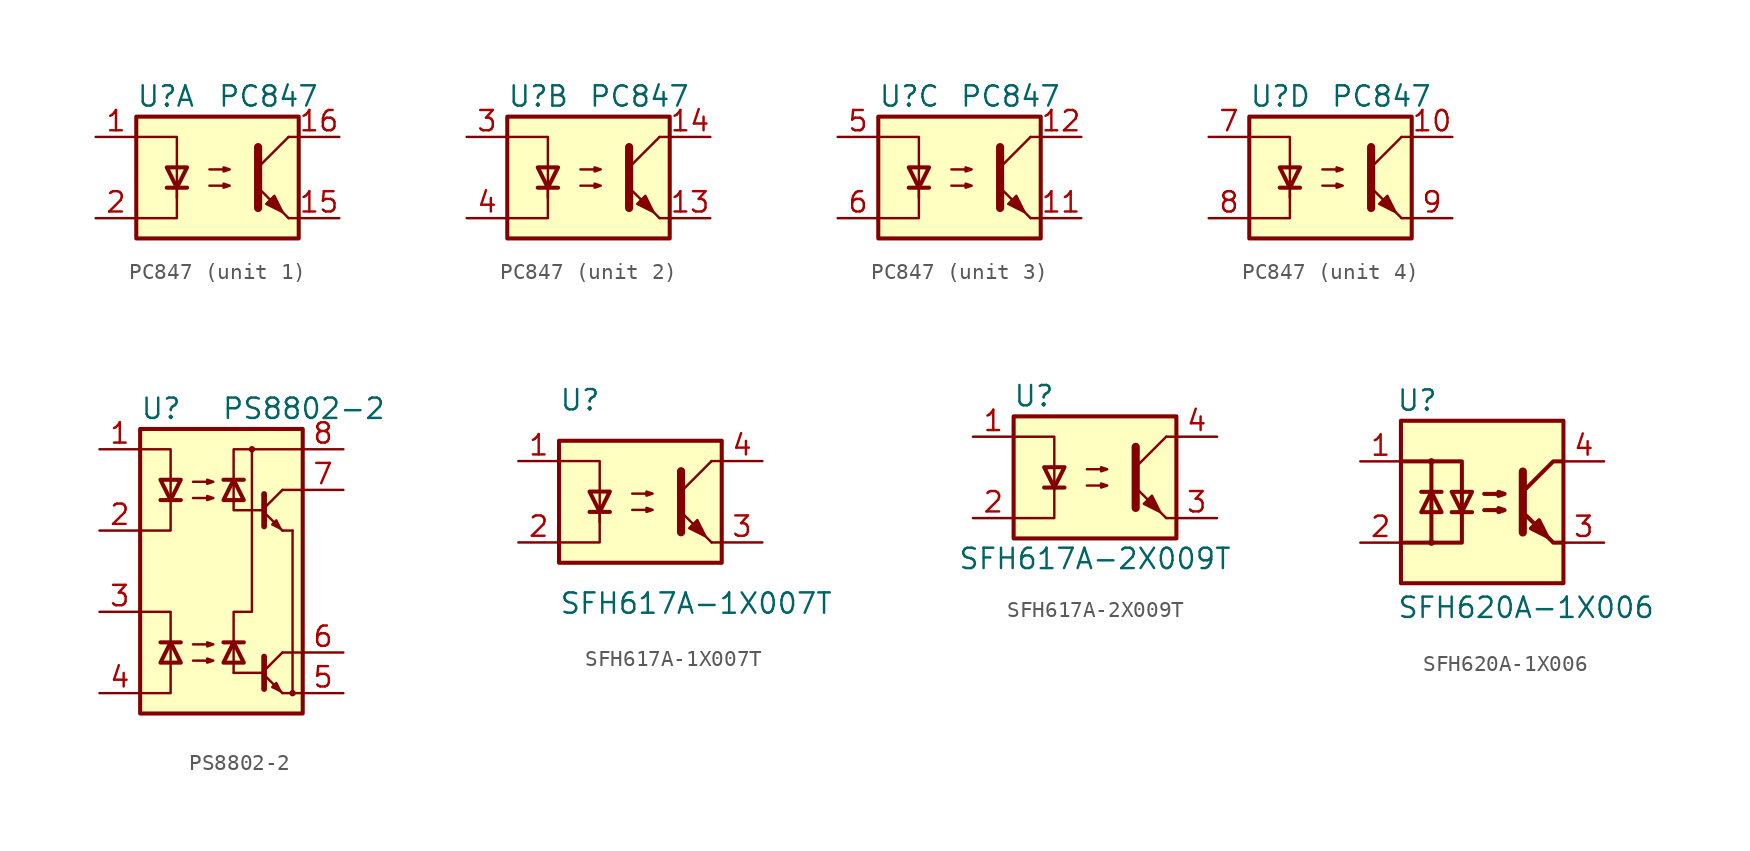
<source format=kicad_sym>
(kicad_symbol_lib
  (version 20201005)
  (generator kicad_symbol_editor)
  (symbol "PC847"
    (pin_names
      (offset 1.016))
    (property "Reference" "U"
      (at -5.08 5.08 0)
      (effects (font (size 1.27 1.27)) (justify left)))
    (property "Value" "PC847"
      (at 0 5.08 0)
      (effects (font (size 1.27 1.27)) (justify left)))
    (symbol "PC847_0_1"
      (rectangle (start -5.08 3.81) (end 5.08 -3.81) (stroke (width 0.254)) (fill (type background)))
      (polyline (pts (xy -3.175 -0.635) (xy -1.905 -0.635)) (stroke (width 0.254)) (fill (type none)))
      (polyline (pts (xy 2.54 0.635) (xy 4.445 2.54)) (stroke (width 0)) (fill (type none)))
      (polyline (pts (xy 4.445 -2.54) (xy 2.54 -0.635)) (stroke (width 0)) (fill (type outline)))
      (polyline (pts (xy 4.445 -2.54) (xy 5.08 -2.54)) (stroke (width 0)) (fill (type none)))
      (polyline (pts (xy 4.445 2.54) (xy 5.08 2.54)) (stroke (width 0)) (fill (type none)))
      (polyline (pts (xy -2.54 -0.635) (xy -2.54 -2.54) (xy -5.08 -2.54)) (stroke (width 0)) (fill (type none)))
      (polyline (pts (xy 2.54 1.905) (xy 2.54 -1.905) (xy 2.54 -1.905)) (stroke (width 0.508)) (fill (type none)))
      (polyline (pts (xy -5.08 2.54) (xy -2.54 2.54) (xy -2.54 -1.27) (xy -2.54 0.635)) (stroke (width 0)) (fill (type none)))
      (polyline (pts (xy -2.54 -0.635) (xy -3.175 0.635) (xy -1.905 0.635) (xy -2.54 -0.635)) (stroke (width 0.254)) (fill (type none)))
      (polyline (pts (xy -0.508 -0.508) (xy 0.762 -0.508) (xy 0.381 -0.635) (xy 0.381 -0.381) (xy 0.762 -0.508)) (stroke (width 0)) (fill (type none)))
      (polyline (pts (xy -0.508 0.508) (xy 0.762 0.508) (xy 0.381 0.381) (xy 0.381 0.635) (xy 0.762 0.508)) (stroke (width 0)) (fill (type none)))
      (polyline (pts (xy 3.048 -1.651) (xy 3.556 -1.143) (xy 4.064 -2.159) (xy 3.048 -1.651) (xy 3.048 -1.651)) (stroke (width 0)) (fill (type outline))))
    (symbol "PC847_1_1"
      (pin passive line (at -7.62 2.54 0) (length 2.54) (name "~" (effects (font (size 1.27 1.27)))) (number "1" (effects (font (size 1.27 1.27)))))
      (pin passive line (at 7.62 -2.54 180) (length 2.54) (name "~" (effects (font (size 1.27 1.27)))) (number "15" (effects (font (size 1.27 1.27)))))
      (pin passive line (at 7.62 2.54 180) (length 2.54) (name "~" (effects (font (size 1.27 1.27)))) (number "16" (effects (font (size 1.27 1.27)))))
      (pin passive line (at -7.62 -2.54 0) (length 2.54) (name "~" (effects (font (size 1.27 1.27)))) (number "2" (effects (font (size 1.27 1.27))))))
    (symbol "PC847_2_1"
      (pin passive line (at 7.62 -2.54 180) (length 2.54) (name "~" (effects (font (size 1.27 1.27)))) (number "13" (effects (font (size 1.27 1.27)))))
      (pin passive line (at 7.62 2.54 180) (length 2.54) (name "~" (effects (font (size 1.27 1.27)))) (number "14" (effects (font (size 1.27 1.27)))))
      (pin passive line (at -7.62 2.54 0) (length 2.54) (name "~" (effects (font (size 1.27 1.27)))) (number "3" (effects (font (size 1.27 1.27)))))
      (pin passive line (at -7.62 -2.54 0) (length 2.54) (name "~" (effects (font (size 1.27 1.27)))) (number "4" (effects (font (size 1.27 1.27))))))
    (symbol "PC847_3_1"
      (pin passive line (at 7.62 -2.54 180) (length 2.54) (name "~" (effects (font (size 1.27 1.27)))) (number "11" (effects (font (size 1.27 1.27)))))
      (pin passive line (at 7.62 2.54 180) (length 2.54) (name "~" (effects (font (size 1.27 1.27)))) (number "12" (effects (font (size 1.27 1.27)))))
      (pin passive line (at -7.62 2.54 0) (length 2.54) (name "~" (effects (font (size 1.27 1.27)))) (number "5" (effects (font (size 1.27 1.27)))))
      (pin passive line (at -7.62 -2.54 0) (length 2.54) (name "~" (effects (font (size 1.27 1.27)))) (number "6" (effects (font (size 1.27 1.27))))))
    (symbol "PC847_4_1"
      (pin passive line (at 7.62 2.54 180) (length 2.54) (name "~" (effects (font (size 1.27 1.27)))) (number "10" (effects (font (size 1.27 1.27)))))
      (pin passive line (at -7.62 2.54 0) (length 2.54) (name "~" (effects (font (size 1.27 1.27)))) (number "7" (effects (font (size 1.27 1.27)))))
      (pin passive line (at -7.62 -2.54 0) (length 2.54) (name "~" (effects (font (size 1.27 1.27)))) (number "8" (effects (font (size 1.27 1.27)))))
      (pin passive line (at 7.62 -2.54 180) (length 2.54) (name "~" (effects (font (size 1.27 1.27)))) (number "9" (effects (font (size 1.27 1.27)))))))
  (symbol "PS8802-2"
    (pin_names hide)
    (property "Reference" "U"
      (at -5.08 10.16 0)
      (effects (font (size 1.27 1.27)) (justify left)))
    (property "Value" "PS8802-2"
      (at 0 10.16 0)
      (effects (font (size 1.27 1.27)) (justify left)))
    (symbol "PS8802-2_0_1"
      (circle (center 1.905 7.62) (radius 0.127) (stroke (width 0)) (fill (type none)))
      (circle (center 4.445 -7.62) (radius 0.127) (stroke (width 0)) (fill (type none)))
      (rectangle (start -5.08 8.89) (end 5.08 -8.89) (stroke (width 0.254)) (fill (type background)))
      (polyline (pts (xy -3.81 -4.445) (xy -2.54 -4.445)) (stroke (width 0.254)) (fill (type none)))
      (polyline (pts (xy -3.81 4.445) (xy -2.54 4.445)) (stroke (width 0.254)) (fill (type none)))
      (polyline (pts (xy 0.762 -6.35) (xy 0.762 -5.715)) (stroke (width 0)) (fill (type none)))
      (polyline (pts (xy 1.397 -4.445) (xy 0.127 -4.445)) (stroke (width 0.254)) (fill (type none)))
      (polyline (pts (xy 1.397 5.715) (xy 0.127 5.715)) (stroke (width 0.254)) (fill (type none)))
      (polyline (pts (xy 2.667 -6.477) (xy 3.81 -7.62)) (stroke (width 0)) (fill (type none)))
      (polyline (pts (xy 2.667 -6.223) (xy 3.81 -5.08)) (stroke (width 0)) (fill (type none)))
      (polyline (pts (xy 2.667 3.683) (xy 3.81 2.54)) (stroke (width 0)) (fill (type none)))
      (polyline (pts (xy 2.667 3.937) (xy 3.81 5.08)) (stroke (width 0)) (fill (type none)))
      (polyline (pts (xy 3.81 -7.62) (xy 5.08 -7.62)) (stroke (width 0)) (fill (type none)))
      (polyline (pts (xy 3.81 -5.08) (xy 5.08 -5.08)) (stroke (width 0)) (fill (type none)))
      (polyline (pts (xy 3.81 2.54) (xy 4.445 2.54)) (stroke (width 0)) (fill (type none)))
      (polyline (pts (xy 3.81 5.08) (xy 5.08 5.08)) (stroke (width 0)) (fill (type none)))
      (polyline (pts (xy 4.445 2.54) (xy 4.445 -7.62)) (stroke (width 0)) (fill (type none)))
      (polyline (pts (xy 0.762 -6.35) (xy 1.905 -6.35) (xy 2.54 -6.35)) (stroke (width 0)) (fill (type none)))
      (polyline (pts (xy 0.762 4.445) (xy 0.762 7.62) (xy 5.08 7.62)) (stroke (width 0)) (fill (type none)))
      (polyline (pts (xy 2.667 -5.334) (xy 2.667 -7.366) (xy 2.667 -7.366)) (stroke (width 0.356)) (fill (type none)))
      (polyline (pts (xy 2.667 4.826) (xy 2.667 2.794) (xy 2.667 2.794)) (stroke (width 0.356)) (fill (type none)))
      (polyline (pts (xy -5.08 -2.54) (xy -3.175 -2.54) (xy -3.175 -7.62) (xy -5.08 -7.62)) (stroke (width 0)) (fill (type none)))
      (polyline (pts (xy -5.08 2.54) (xy -3.175 2.54) (xy -3.175 7.62) (xy -5.08 7.62)) (stroke (width 0)) (fill (type none)))
      (polyline (pts (xy -3.175 -4.445) (xy -3.81 -5.715) (xy -2.54 -5.715) (xy -3.175 -4.445)) (stroke (width 0.254)) (fill (type none)))
      (polyline (pts (xy -3.175 4.445) (xy -3.81 5.715) (xy -2.54 5.715) (xy -3.175 4.445)) (stroke (width 0.254)) (fill (type none)))
      (polyline (pts (xy 0.762 -5.715) (xy 0.762 -2.54) (xy 1.905 -2.54) (xy 1.905 7.62)) (stroke (width 0)) (fill (type none)))
      (polyline (pts (xy 0.762 -4.445) (xy 1.397 -5.715) (xy 0.127 -5.715) (xy 0.762 -4.445)) (stroke (width 0.254)) (fill (type none)))
      (polyline (pts (xy 0.762 4.445) (xy 0.762 3.81) (xy 1.905 3.81) (xy 2.54 3.81)) (stroke (width 0)) (fill (type none)))
      (polyline (pts (xy 0.762 5.715) (xy 1.397 4.445) (xy 0.127 4.445) (xy 0.762 5.715)) (stroke (width 0.254)) (fill (type none)))
      (polyline (pts (xy 3.683 -7.493) (xy 3.429 -6.985) (xy 3.175 -7.239) (xy 3.683 -7.493)) (stroke (width 0)) (fill (type none)))
      (polyline (pts (xy 3.683 2.667) (xy 3.429 3.175) (xy 3.175 2.921) (xy 3.683 2.667)) (stroke (width 0)) (fill (type none)))
      (polyline (pts (xy -1.778 -5.588) (xy -0.508 -5.588) (xy -0.889 -5.715) (xy -0.889 -5.461) (xy -0.508 -5.588)) (stroke (width 0)) (fill (type none)))
      (polyline (pts (xy -1.778 -4.572) (xy -0.508 -4.572) (xy -0.889 -4.699) (xy -0.889 -4.445) (xy -0.508 -4.572)) (stroke (width 0)) (fill (type none)))
      (polyline (pts (xy -1.778 4.572) (xy -0.508 4.572) (xy -0.889 4.445) (xy -0.889 4.699) (xy -0.508 4.572)) (stroke (width 0)) (fill (type none)))
      (polyline (pts (xy -1.778 5.588) (xy -0.508 5.588) (xy -0.889 5.461) (xy -0.889 5.715) (xy -0.508 5.588)) (stroke (width 0)) (fill (type none))))
    (symbol "PS8802-2_1_1"
      (pin passive line (at -7.62 7.62 0) (length 2.54) (name "A1" (effects (font (size 1.27 1.27)))) (number "1" (effects (font (size 1.27 1.27)))))
      (pin passive line (at -7.62 2.54 0) (length 2.54) (name "C1" (effects (font (size 1.27 1.27)))) (number "2" (effects (font (size 1.27 1.27)))))
      (pin passive line (at -7.62 -2.54 0) (length 2.54) (name "C2" (effects (font (size 1.27 1.27)))) (number "3" (effects (font (size 1.27 1.27)))))
      (pin passive line (at -7.62 -7.62 0) (length 2.54) (name "A2" (effects (font (size 1.27 1.27)))) (number "4" (effects (font (size 1.27 1.27)))))
      (pin passive line (at 7.62 -7.62 180) (length 2.54) (name "GND" (effects (font (size 1.27 1.27)))) (number "5" (effects (font (size 1.27 1.27)))))
      (pin passive line (at 7.62 -5.08 180) (length 2.54) (name "VO2" (effects (font (size 1.27 1.27)))) (number "6" (effects (font (size 1.27 1.27)))))
      (pin passive line (at 7.62 5.08 180) (length 2.54) (name "VO1" (effects (font (size 1.27 1.27)))) (number "7" (effects (font (size 1.27 1.27)))))
      (pin passive line (at 7.62 7.62 180) (length 2.54) (name "VCC" (effects (font (size 1.27 1.27)))) (number "8" (effects (font (size 1.27 1.27)))))))
  (symbol "SFH617A-1X007T"
    (pin_names
      (offset 1.016))
    (property "Reference" "U"
      (at -5.08 6.35 0)
      (effects (font (size 1.27 1.27)) (justify left)))
    (property "Value" "SFH617A-1X007T"
      (at -5.08 -6.35 0)
      (effects (font (size 1.27 1.27)) (justify left)))
    (symbol "SFH617A-1X007T_0_1"
      (rectangle (start -5.08 3.81) (end 5.08 -3.81) (stroke (width 0.254)) (fill (type background)))
      (polyline (pts (xy -3.175 -0.635) (xy -1.905 -0.635)) (stroke (width 0.254)) (fill (type none)))
      (polyline (pts (xy 2.54 0.635) (xy 4.445 2.54)) (stroke (width 0)) (fill (type none)))
      (polyline (pts (xy 4.445 -2.54) (xy 2.54 -0.635)) (stroke (width 0)) (fill (type outline)))
      (polyline (pts (xy 4.445 -2.54) (xy 5.08 -2.54)) (stroke (width 0)) (fill (type none)))
      (polyline (pts (xy 4.445 2.54) (xy 5.08 2.54)) (stroke (width 0)) (fill (type none)))
      (polyline (pts (xy -2.54 -0.635) (xy -2.54 -2.54) (xy -5.08 -2.54)) (stroke (width 0)) (fill (type none)))
      (polyline (pts (xy 2.54 1.905) (xy 2.54 -1.905) (xy 2.54 -1.905)) (stroke (width 0.508)) (fill (type none)))
      (polyline (pts (xy -5.08 2.54) (xy -2.54 2.54) (xy -2.54 -1.27) (xy -2.54 0.635)) (stroke (width 0)) (fill (type none)))
      (polyline (pts (xy -2.54 -0.635) (xy -3.175 0.635) (xy -1.905 0.635) (xy -2.54 -0.635)) (stroke (width 0.254)) (fill (type none)))
      (polyline (pts (xy -0.508 -0.508) (xy 0.762 -0.508) (xy 0.381 -0.635) (xy 0.381 -0.381) (xy 0.762 -0.508)) (stroke (width 0)) (fill (type none)))
      (polyline (pts (xy -0.508 0.508) (xy 0.762 0.508) (xy 0.381 0.381) (xy 0.381 0.635) (xy 0.762 0.508)) (stroke (width 0)) (fill (type none)))
      (polyline (pts (xy 3.048 -1.651) (xy 3.556 -1.143) (xy 4.064 -2.159) (xy 3.048 -1.651) (xy 3.048 -1.651)) (stroke (width 0)) (fill (type outline))))
    (symbol "SFH617A-1X007T_1_1"
      (pin passive line (at -7.62 2.54 0) (length 2.54) (name "~" (effects (font (size 1.27 1.27)))) (number "1" (effects (font (size 1.27 1.27)))))
      (pin passive line (at -7.62 -2.54 0) (length 2.54) (name "~" (effects (font (size 1.27 1.27)))) (number "2" (effects (font (size 1.27 1.27)))))
      (pin passive line (at 7.62 -2.54 180) (length 2.54) (name "~" (effects (font (size 1.27 1.27)))) (number "3" (effects (font (size 1.27 1.27)))))
      (pin passive line (at 7.62 2.54 180) (length 2.54) (name "~" (effects (font (size 1.27 1.27)))) (number "4" (effects (font (size 1.27 1.27)))))))
  (symbol "SFH617A-2X009T"
    (property "Reference" "U"
      (at -3.81 5.08 0)
      (effects (font (size 1.27 1.27))))
    (property "Value" "SFH617A-2X009T"
      (at 0 -5.08 0)
      (effects (font (size 1.27 1.27))))
    (symbol "SFH617A-2X009T_1_1"
      (rectangle (start -5.08 3.81) (end 5.08 -3.81) (stroke (width 0.254)) (fill (type background)))
      (polyline (pts (xy -3.175 -0.635) (xy -1.905 -0.635)) (stroke (width 0.254)) (fill (type none)))
      (polyline (pts (xy 2.54 0.635) (xy 4.445 2.54)) (stroke (width 0)) (fill (type none)))
      (polyline (pts (xy 4.445 -2.54) (xy 2.54 -0.635)) (stroke (width 0)) (fill (type outline)))
      (polyline (pts (xy 4.445 -2.54) (xy 5.08 -2.54)) (stroke (width 0)) (fill (type none)))
      (polyline (pts (xy 4.445 2.54) (xy 5.08 2.54)) (stroke (width 0)) (fill (type none)))
      (polyline (pts (xy -5.08 2.54) (xy -2.54 2.54) (xy -2.54 -0.762)) (stroke (width 0)) (fill (type none)))
      (polyline (pts (xy -2.54 -0.635) (xy -2.54 -2.54) (xy -5.08 -2.54)) (stroke (width 0)) (fill (type none)))
      (polyline (pts (xy 2.54 1.905) (xy 2.54 -1.905) (xy 2.54 -1.905)) (stroke (width 0.508)) (fill (type none)))
      (polyline (pts (xy -2.54 -0.635) (xy -3.175 0.635) (xy -1.905 0.635) (xy -2.54 -0.635)) (stroke (width 0.254)) (fill (type none)))
      (polyline (pts (xy -0.508 -0.508) (xy 0.762 -0.508) (xy 0.381 -0.635) (xy 0.381 -0.381) (xy 0.762 -0.508)) (stroke (width 0)) (fill (type none)))
      (polyline (pts (xy -0.508 0.508) (xy 0.762 0.508) (xy 0.381 0.381) (xy 0.381 0.635) (xy 0.762 0.508)) (stroke (width 0)) (fill (type none)))
      (polyline (pts (xy 3.048 -1.651) (xy 3.556 -1.143) (xy 4.064 -2.159) (xy 3.048 -1.651) (xy 3.048 -1.651)) (stroke (width 0)) (fill (type outline)))
      (pin passive line (at -7.62 2.54 0) (length 2.54) (name "~" (effects (font (size 1.27 1.27)))) (number "1" (effects (font (size 1.27 1.27)))))
      (pin passive line (at -7.62 -2.54 0) (length 2.54) (name "~" (effects (font (size 1.27 1.27)))) (number "2" (effects (font (size 1.27 1.27)))))
      (pin passive line (at 7.62 -2.54 180) (length 2.54) (name "~" (effects (font (size 1.27 1.27)))) (number "3" (effects (font (size 1.27 1.27)))))
      (pin passive line (at 7.62 2.54 180) (length 2.54) (name "~" (effects (font (size 1.27 1.27)))) (number "4" (effects (font (size 1.27 1.27)))))))
  (symbol "SFH620A-1X006"
    (pin_names
      (offset 1.016))
    (property "Reference" "U"
      (at -4.064 6.35 0)
      (effects (font (size 1.27 1.27))))
    (property "Value" "SFH620A-1X006"
      (at -5.334 -6.604 0)
      (effects (font (size 1.27 1.27)) (justify left)))
    (symbol "SFH620A-1X006_1_1"
      (circle (center -3.175 -2.54) (radius 0.127) (stroke (width 0)) (fill (type none)))
      (circle (center -3.175 2.54) (radius 0.127) (stroke (width 0)) (fill (type none)))
      (rectangle (start -5.08 5.08) (end 5.08 -5.08) (stroke (width 0.254)) (fill (type background)))
      (polyline (pts (xy -3.81 0.635) (xy -2.54 0.635)) (stroke (width 0.254)) (fill (type none)))
      (polyline (pts (xy -1.905 -0.635) (xy -0.635 -0.635)) (stroke (width 0.254)) (fill (type none)))
      (polyline (pts (xy 2.54 1.905) (xy 2.54 -1.905) (xy 2.54 -1.905)) (stroke (width 0.508)) (fill (type none)))
      (polyline (pts (xy 5.08 -2.54) (xy 4.445 -2.54) (xy 2.54 -0.635)) (stroke (width 0.254)) (fill (type none)))
      (polyline (pts (xy 5.08 2.54) (xy 4.445 2.54) (xy 2.54 0.635)) (stroke (width 0.254)) (fill (type none)))
      (polyline (pts (xy -5.08 2.54) (xy -3.175 2.54) (xy -3.175 -2.54) (xy -5.08 -2.54)) (stroke (width 0.254)) (fill (type none)))
      (polyline (pts (xy -3.175 -2.54) (xy -1.27 -2.54) (xy -1.27 2.54) (xy -3.175 2.54)) (stroke (width 0.254)) (fill (type none)))
      (polyline (pts (xy -3.175 0.635) (xy -3.81 -0.635) (xy -2.54 -0.635) (xy -3.175 0.635)) (stroke (width 0.254)) (fill (type none)))
      (polyline (pts (xy -1.27 -0.635) (xy -1.905 0.635) (xy -0.635 0.635) (xy -1.27 -0.635)) (stroke (width 0.254)) (fill (type none)))
      (polyline (pts (xy 0.127 -0.508) (xy 1.397 -0.508) (xy 1.016 -0.635) (xy 1.016 -0.381) (xy 1.397 -0.508)) (stroke (width 0.254)) (fill (type none)))
      (polyline (pts (xy 0.127 0.508) (xy 1.397 0.508) (xy 1.016 0.381) (xy 1.016 0.635) (xy 1.397 0.508)) (stroke (width 0.254)) (fill (type none)))
      (polyline (pts (xy 3.048 -1.651) (xy 3.556 -1.143) (xy 4.064 -2.159) (xy 3.048 -1.651) (xy 3.048 -1.651)) (stroke (width 0.254)) (fill (type outline)))
      (pin passive line (at -7.62 2.54 0) (length 2.54) (name "~" (effects (font (size 1.27 1.27)))) (number "1" (effects (font (size 1.27 1.27)))))
      (pin passive line (at -7.62 -2.54 0) (length 2.54) (name "~" (effects (font (size 1.27 1.27)))) (number "2" (effects (font (size 1.27 1.27)))))
      (pin passive line (at 7.62 -2.54 180) (length 2.54) (name "~" (effects (font (size 1.27 1.27)))) (number "3" (effects (font (size 1.27 1.27)))))
      (pin passive line (at 7.62 2.54 180) (length 2.54) (name "~" (effects (font (size 1.27 1.27)))) (number "4" (effects (font (size 1.27 1.27))))))))
</source>
